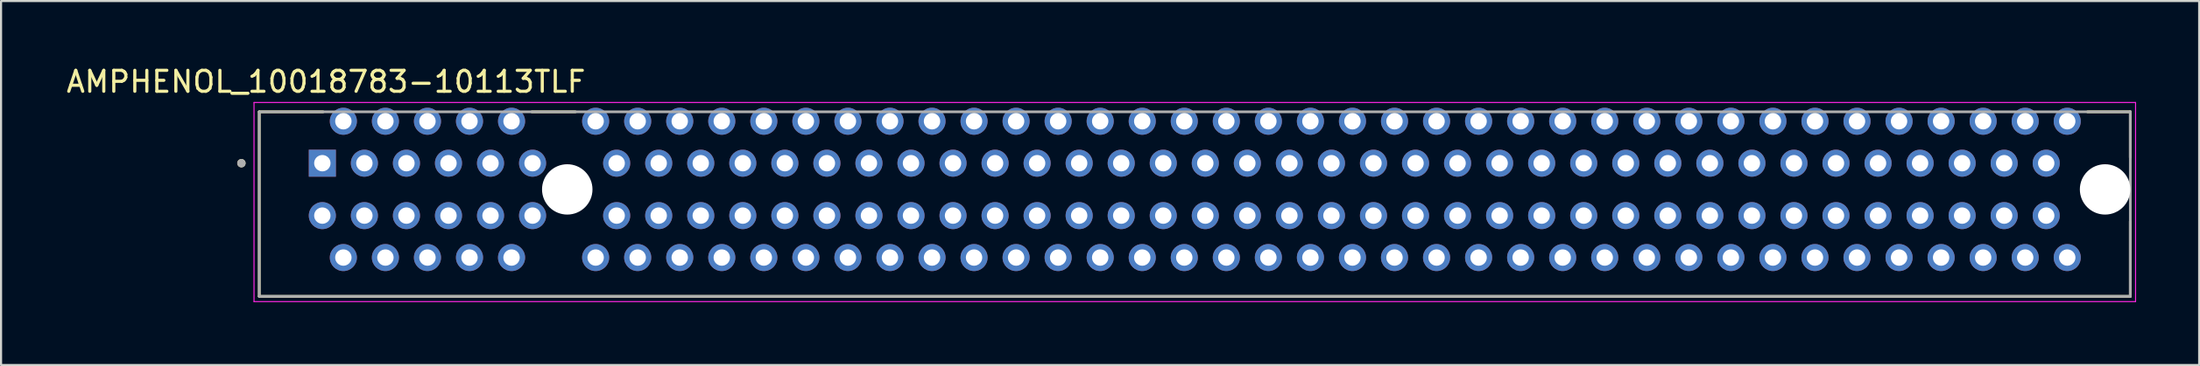
<source format=kicad_pcb>
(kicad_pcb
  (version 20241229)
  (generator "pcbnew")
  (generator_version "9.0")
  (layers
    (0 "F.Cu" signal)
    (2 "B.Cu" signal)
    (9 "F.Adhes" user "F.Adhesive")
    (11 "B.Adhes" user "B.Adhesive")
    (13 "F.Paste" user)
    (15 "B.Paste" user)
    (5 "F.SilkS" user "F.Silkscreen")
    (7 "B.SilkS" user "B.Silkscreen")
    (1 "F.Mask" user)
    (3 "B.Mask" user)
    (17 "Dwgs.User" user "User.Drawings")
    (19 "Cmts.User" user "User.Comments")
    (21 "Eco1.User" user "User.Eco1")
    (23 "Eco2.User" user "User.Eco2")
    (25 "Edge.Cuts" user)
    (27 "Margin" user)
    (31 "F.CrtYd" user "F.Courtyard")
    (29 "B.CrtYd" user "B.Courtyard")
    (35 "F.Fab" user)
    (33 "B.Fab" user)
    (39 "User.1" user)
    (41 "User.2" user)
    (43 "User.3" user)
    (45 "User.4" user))
  (footprint "AMPHENOL_10018783-10113TLF"
    (layer "F.Cu")
    (at 23.933 5.983)
    (property "Reference" "AMPHENOL_10018783-10113TLF" (at -11.475 -5.135 0) (layer "F.SilkS") (effects (font (size 1 1) (thickness 0.15))))
    (attr through_hole)
    (fp_line (start -14.65 -3.7) (end -11.614 -3.7) (stroke (width 0.127) (type solid)) (layer "F.SilkS"))
    (fp_line (start -14.65 5.1) (end -14.65 -3.7) (stroke (width 0.127) (type solid)) (layer "F.SilkS"))
    (fp_line (start -1.686 -3.7) (end 0.386 -3.7) (stroke (width 0.127) (type solid)) (layer "F.SilkS"))
    (fp_line (start 72.314 -3.7) (end 74.35 -3.7) (stroke (width 0.127) (type solid)) (layer "F.SilkS"))
    (fp_line (start 74.35 -3.7) (end 74.35 -1.52) (stroke (width 0.127) (type solid)) (layer "F.SilkS"))
    (fp_line (start 74.35 5.1) (end -14.65 5.1) (stroke (width 0.127) (type solid)) (layer "F.SilkS"))
    (fp_line (start 74.35 5.1) (end 74.35 1.52) (stroke (width 0.127) (type solid)) (layer "F.SilkS"))
    (fp_circle (center -15.5 -1.25) (end -15.4 -1.25) (stroke (width 0.2) (type solid)) (fill no) (layer "F.SilkS"))
    (fp_line (start -14.9 -4.144) (end -14.9 5.35) (stroke (width 0.05) (type solid)) (layer "F.CrtYd"))
    (fp_line (start -14.9 5.35) (end 74.6 5.35) (stroke (width 0.05) (type solid)) (layer "F.CrtYd"))
    (fp_line (start 74.6 -4.144) (end -14.9 -4.144) (stroke (width 0.05) (type solid)) (layer "F.CrtYd"))
    (fp_line (start 74.6 5.35) (end 74.6 -4.144) (stroke (width 0.05) (type solid)) (layer "F.CrtYd"))
    (fp_line (start -14.65 -3.7) (end 74.35 -3.7) (stroke (width 0.127) (type solid)) (layer "F.Fab"))
    (fp_line (start -14.65 5.1) (end -14.65 -3.7) (stroke (width 0.127) (type solid)) (layer "F.Fab"))
    (fp_line (start 74.35 -3.7) (end 74.35 5.1) (stroke (width 0.127) (type solid)) (layer "F.Fab"))
    (fp_line (start 74.35 5.1) (end -14.65 5.1) (stroke (width 0.127) (type solid)) (layer "F.Fab"))
    (fp_circle (center -15.5 -1.25) (end -15.4 -1.25) (stroke (width 0.2) (type solid)) (fill no) (layer "F.Fab"))
    (pad "" np_thru_hole circle (at 0 0) (size 2.4 2.4) (drill 2.4) (layers "*.Cu" "*.Mask"))
    (pad "" np_thru_hole circle (at 73.15 0) (size 2.4 2.4) (drill 2.4) (layers "*.Cu" "*.Mask"))
    (pad "A1" thru_hole rect (at -11.65 -1.25) (size 1.288 1.288) (drill 0.78) (layers "*.Cu" "*.Mask"))
    (pad "A2" thru_hole circle (at -10.65 -3.25) (size 1.288 1.288) (drill 0.78) (layers "*.Cu" "*.Mask"))
    (pad "A3" thru_hole circle (at -9.65 -1.25) (size 1.288 1.288) (drill 0.78) (layers "*.Cu" "*.Mask"))
    (pad "A4" thru_hole circle (at -8.65 -3.25) (size 1.288 1.288) (drill 0.78) (layers "*.Cu" "*.Mask"))
    (pad "A5" thru_hole circle (at -7.65 -1.25) (size 1.288 1.288) (drill 0.78) (layers "*.Cu" "*.Mask"))
    (pad "A6" thru_hole circle (at -6.65 -3.25) (size 1.288 1.288) (drill 0.78) (layers "*.Cu" "*.Mask"))
    (pad "A7" thru_hole circle (at -5.65 -1.25) (size 1.288 1.288) (drill 0.78) (layers "*.Cu" "*.Mask"))
    (pad "A8" thru_hole circle (at -4.65 -3.25) (size 1.288 1.288) (drill 0.78) (layers "*.Cu" "*.Mask"))
    (pad "A9" thru_hole circle (at -3.65 -1.25) (size 1.288 1.288) (drill 0.78) (layers "*.Cu" "*.Mask"))
    (pad "A10" thru_hole circle (at -2.65 -3.25) (size 1.288 1.288) (drill 0.78) (layers "*.Cu" "*.Mask"))
    (pad "A11" thru_hole circle (at -1.65 -1.25) (size 1.288 1.288) (drill 0.78) (layers "*.Cu" "*.Mask"))
    (pad "A12" thru_hole circle (at 1.35 -3.25) (size 1.288 1.288) (drill 0.78) (layers "*.Cu" "*.Mask"))
    (pad "A13" thru_hole circle (at 2.35 -1.25) (size 1.288 1.288) (drill 0.78) (layers "*.Cu" "*.Mask"))
    (pad "A14" thru_hole circle (at 3.35 -3.25) (size 1.288 1.288) (drill 0.78) (layers "*.Cu" "*.Mask"))
    (pad "A15" thru_hole circle (at 4.35 -1.25) (size 1.288 1.288) (drill 0.78) (layers "*.Cu" "*.Mask"))
    (pad "A16" thru_hole circle (at 5.35 -3.25) (size 1.288 1.288) (drill 0.78) (layers "*.Cu" "*.Mask"))
    (pad "A17" thru_hole circle (at 6.35 -1.25) (size 1.288 1.288) (drill 0.78) (layers "*.Cu" "*.Mask"))
    (pad "A18" thru_hole circle (at 7.35 -3.25) (size 1.288 1.288) (drill 0.78) (layers "*.Cu" "*.Mask"))
    (pad "A19" thru_hole circle (at 8.35 -1.25) (size 1.288 1.288) (drill 0.78) (layers "*.Cu" "*.Mask"))
    (pad "A20" thru_hole circle (at 9.35 -3.25) (size 1.288 1.288) (drill 0.78) (layers "*.Cu" "*.Mask"))
    (pad "A21" thru_hole circle (at 10.35 -1.25) (size 1.288 1.288) (drill 0.78) (layers "*.Cu" "*.Mask"))
    (pad "A22" thru_hole circle (at 11.35 -3.25) (size 1.288 1.288) (drill 0.78) (layers "*.Cu" "*.Mask"))
    (pad "A23" thru_hole circle (at 12.35 -1.25) (size 1.288 1.288) (drill 0.78) (layers "*.Cu" "*.Mask"))
    (pad "A24" thru_hole circle (at 13.35 -3.25) (size 1.288 1.288) (drill 0.78) (layers "*.Cu" "*.Mask"))
    (pad "A25" thru_hole circle (at 14.35 -1.25) (size 1.288 1.288) (drill 0.78) (layers "*.Cu" "*.Mask"))
    (pad "A26" thru_hole circle (at 15.35 -3.25) (size 1.288 1.288) (drill 0.78) (layers "*.Cu" "*.Mask"))
    (pad "A27" thru_hole circle (at 16.35 -1.25) (size 1.288 1.288) (drill 0.78) (layers "*.Cu" "*.Mask"))
    (pad "A28" thru_hole circle (at 17.35 -3.25) (size 1.288 1.288) (drill 0.78) (layers "*.Cu" "*.Mask"))
    (pad "A29" thru_hole circle (at 18.35 -1.25) (size 1.288 1.288) (drill 0.78) (layers "*.Cu" "*.Mask"))
    (pad "A30" thru_hole circle (at 19.35 -3.25) (size 1.288 1.288) (drill 0.78) (layers "*.Cu" "*.Mask"))
    (pad "A31" thru_hole circle (at 20.35 -1.25) (size 1.288 1.288) (drill 0.78) (layers "*.Cu" "*.Mask"))
    (pad "A32" thru_hole circle (at 21.35 -3.25) (size 1.288 1.288) (drill 0.78) (layers "*.Cu" "*.Mask"))
    (pad "A33" thru_hole circle (at 22.35 -1.25) (size 1.288 1.288) (drill 0.78) (layers "*.Cu" "*.Mask"))
    (pad "A34" thru_hole circle (at 23.35 -3.25) (size 1.288 1.288) (drill 0.78) (layers "*.Cu" "*.Mask"))
    (pad "A35" thru_hole circle (at 24.35 -1.25) (size 1.288 1.288) (drill 0.78) (layers "*.Cu" "*.Mask"))
    (pad "A36" thru_hole circle (at 25.35 -3.25) (size 1.288 1.288) (drill 0.78) (layers "*.Cu" "*.Mask"))
    (pad "A37" thru_hole circle (at 26.35 -1.25) (size 1.288 1.288) (drill 0.78) (layers "*.Cu" "*.Mask"))
    (pad "A38" thru_hole circle (at 27.35 -3.25) (size 1.288 1.288) (drill 0.78) (layers "*.Cu" "*.Mask"))
    (pad "A39" thru_hole circle (at 28.35 -1.25) (size 1.288 1.288) (drill 0.78) (layers "*.Cu" "*.Mask"))
    (pad "A40" thru_hole circle (at 29.35 -3.25) (size 1.288 1.288) (drill 0.78) (layers "*.Cu" "*.Mask"))
    (pad "A41" thru_hole circle (at 30.35 -1.25) (size 1.288 1.288) (drill 0.78) (layers "*.Cu" "*.Mask"))
    (pad "A42" thru_hole circle (at 31.35 -3.25) (size 1.288 1.288) (drill 0.78) (layers "*.Cu" "*.Mask"))
    (pad "A43" thru_hole circle (at 32.35 -1.25) (size 1.288 1.288) (drill 0.78) (layers "*.Cu" "*.Mask"))
    (pad "A44" thru_hole circle (at 33.35 -3.25) (size 1.288 1.288) (drill 0.78) (layers "*.Cu" "*.Mask"))
    (pad "A45" thru_hole circle (at 34.35 -1.25) (size 1.288 1.288) (drill 0.78) (layers "*.Cu" "*.Mask"))
    (pad "A46" thru_hole circle (at 35.35 -3.25) (size 1.288 1.288) (drill 0.78) (layers "*.Cu" "*.Mask"))
    (pad "A47" thru_hole circle (at 36.35 -1.25) (size 1.288 1.288) (drill 0.78) (layers "*.Cu" "*.Mask"))
    (pad "A48" thru_hole circle (at 37.35 -3.25) (size 1.288 1.288) (drill 0.78) (layers "*.Cu" "*.Mask"))
    (pad "A49" thru_hole circle (at 38.35 -1.25) (size 1.288 1.288) (drill 0.78) (layers "*.Cu" "*.Mask"))
    (pad "A50" thru_hole circle (at 39.35 -3.25) (size 1.288 1.288) (drill 0.78) (layers "*.Cu" "*.Mask"))
    (pad "A51" thru_hole circle (at 40.35 -1.25) (size 1.288 1.288) (drill 0.78) (layers "*.Cu" "*.Mask"))
    (pad "A52" thru_hole circle (at 41.35 -3.25) (size 1.288 1.288) (drill 0.78) (layers "*.Cu" "*.Mask"))
    (pad "A53" thru_hole circle (at 42.35 -1.25) (size 1.288 1.288) (drill 0.78) (layers "*.Cu" "*.Mask"))
    (pad "A54" thru_hole circle (at 43.35 -3.25) (size 1.288 1.288) (drill 0.78) (layers "*.Cu" "*.Mask"))
    (pad "A55" thru_hole circle (at 44.35 -1.25) (size 1.288 1.288) (drill 0.78) (layers "*.Cu" "*.Mask"))
    (pad "A56" thru_hole circle (at 45.35 -3.25) (size 1.288 1.288) (drill 0.78) (layers "*.Cu" "*.Mask"))
    (pad "A57" thru_hole circle (at 46.35 -1.25) (size 1.288 1.288) (drill 0.78) (layers "*.Cu" "*.Mask"))
    (pad "A58" thru_hole circle (at 47.35 -3.25) (size 1.288 1.288) (drill 0.78) (layers "*.Cu" "*.Mask"))
    (pad "A59" thru_hole circle (at 48.35 -1.25) (size 1.288 1.288) (drill 0.78) (layers "*.Cu" "*.Mask"))
    (pad "A60" thru_hole circle (at 49.35 -3.25) (size 1.288 1.288) (drill 0.78) (layers "*.Cu" "*.Mask"))
    (pad "A61" thru_hole circle (at 50.35 -1.25) (size 1.288 1.288) (drill 0.78) (layers "*.Cu" "*.Mask"))
    (pad "A62" thru_hole circle (at 51.35 -3.25) (size 1.288 1.288) (drill 0.78) (layers "*.Cu" "*.Mask"))
    (pad "A63" thru_hole circle (at 52.35 -1.25) (size 1.288 1.288) (drill 0.78) (layers "*.Cu" "*.Mask"))
    (pad "A64" thru_hole circle (at 53.35 -3.25) (size 1.288 1.288) (drill 0.78) (layers "*.Cu" "*.Mask"))
    (pad "A65" thru_hole circle (at 54.35 -1.25) (size 1.288 1.288) (drill 0.78) (layers "*.Cu" "*.Mask"))
    (pad "A66" thru_hole circle (at 55.35 -3.25) (size 1.288 1.288) (drill 0.78) (layers "*.Cu" "*.Mask"))
    (pad "A67" thru_hole circle (at 56.35 -1.25) (size 1.288 1.288) (drill 0.78) (layers "*.Cu" "*.Mask"))
    (pad "A68" thru_hole circle (at 57.35 -3.25) (size 1.288 1.288) (drill 0.78) (layers "*.Cu" "*.Mask"))
    (pad "A69" thru_hole circle (at 58.35 -1.25) (size 1.288 1.288) (drill 0.78) (layers "*.Cu" "*.Mask"))
    (pad "A70" thru_hole circle (at 59.35 -3.25) (size 1.288 1.288) (drill 0.78) (layers "*.Cu" "*.Mask"))
    (pad "A71" thru_hole circle (at 60.35 -1.25) (size 1.288 1.288) (drill 0.78) (layers "*.Cu" "*.Mask"))
    (pad "A72" thru_hole circle (at 61.35 -3.25) (size 1.288 1.288) (drill 0.78) (layers "*.Cu" "*.Mask"))
    (pad "A73" thru_hole circle (at 62.35 -1.25) (size 1.288 1.288) (drill 0.78) (layers "*.Cu" "*.Mask"))
    (pad "A74" thru_hole circle (at 63.35 -3.25) (size 1.288 1.288) (drill 0.78) (layers "*.Cu" "*.Mask"))
    (pad "A75" thru_hole circle (at 64.35 -1.25) (size 1.288 1.288) (drill 0.78) (layers "*.Cu" "*.Mask"))
    (pad "A76" thru_hole circle (at 65.35 -3.25) (size 1.288 1.288) (drill 0.78) (layers "*.Cu" "*.Mask"))
    (pad "A77" thru_hole circle (at 66.35 -1.25) (size 1.288 1.288) (drill 0.78) (layers "*.Cu" "*.Mask"))
    (pad "A78" thru_hole circle (at 67.35 -3.25) (size 1.288 1.288) (drill 0.78) (layers "*.Cu" "*.Mask"))
    (pad "A79" thru_hole circle (at 68.35 -1.25) (size 1.288 1.288) (drill 0.78) (layers "*.Cu" "*.Mask"))
    (pad "A80" thru_hole circle (at 69.35 -3.25) (size 1.288 1.288) (drill 0.78) (layers "*.Cu" "*.Mask"))
    (pad "A81" thru_hole circle (at 70.35 -1.25) (size 1.288 1.288) (drill 0.78) (layers "*.Cu" "*.Mask"))
    (pad "A82" thru_hole circle (at 71.35 -3.25) (size 1.288 1.288) (drill 0.78) (layers "*.Cu" "*.Mask"))
    (pad "B1" thru_hole circle (at -11.65 1.25) (size 1.288 1.288) (drill 0.78) (layers "*.Cu" "*.Mask"))
    (pad "B2" thru_hole circle (at -10.65 3.25) (size 1.288 1.288) (drill 0.78) (layers "*.Cu" "*.Mask"))
    (pad "B3" thru_hole circle (at -9.65 1.25) (size 1.288 1.288) (drill 0.78) (layers "*.Cu" "*.Mask"))
    (pad "B4" thru_hole circle (at -8.65 3.25) (size 1.288 1.288) (drill 0.78) (layers "*.Cu" "*.Mask"))
    (pad "B5" thru_hole circle (at -7.65 1.25) (size 1.288 1.288) (drill 0.78) (layers "*.Cu" "*.Mask"))
    (pad "B6" thru_hole circle (at -6.65 3.25) (size 1.288 1.288) (drill 0.78) (layers "*.Cu" "*.Mask"))
    (pad "B7" thru_hole circle (at -5.65 1.25) (size 1.288 1.288) (drill 0.78) (layers "*.Cu" "*.Mask"))
    (pad "B8" thru_hole circle (at -4.65 3.25) (size 1.288 1.288) (drill 0.78) (layers "*.Cu" "*.Mask"))
    (pad "B9" thru_hole circle (at -3.65 1.25) (size 1.288 1.288) (drill 0.78) (layers "*.Cu" "*.Mask"))
    (pad "B10" thru_hole circle (at -2.65 3.25) (size 1.288 1.288) (drill 0.78) (layers "*.Cu" "*.Mask"))
    (pad "B11" thru_hole circle (at -1.65 1.25) (size 1.288 1.288) (drill 0.78) (layers "*.Cu" "*.Mask"))
    (pad "B12" thru_hole circle (at 1.35 3.25) (size 1.288 1.288) (drill 0.78) (layers "*.Cu" "*.Mask"))
    (pad "B13" thru_hole circle (at 2.35 1.25) (size 1.288 1.288) (drill 0.78) (layers "*.Cu" "*.Mask"))
    (pad "B14" thru_hole circle (at 3.35 3.25) (size 1.288 1.288) (drill 0.78) (layers "*.Cu" "*.Mask"))
    (pad "B15" thru_hole circle (at 4.35 1.25) (size 1.288 1.288) (drill 0.78) (layers "*.Cu" "*.Mask"))
    (pad "B16" thru_hole circle (at 5.35 3.25) (size 1.288 1.288) (drill 0.78) (layers "*.Cu" "*.Mask"))
    (pad "B17" thru_hole circle (at 6.35 1.25) (size 1.288 1.288) (drill 0.78) (layers "*.Cu" "*.Mask"))
    (pad "B18" thru_hole circle (at 7.35 3.25) (size 1.288 1.288) (drill 0.78) (layers "*.Cu" "*.Mask"))
    (pad "B19" thru_hole circle (at 8.35 1.25) (size 1.288 1.288) (drill 0.78) (layers "*.Cu" "*.Mask"))
    (pad "B20" thru_hole circle (at 9.35 3.25) (size 1.288 1.288) (drill 0.78) (layers "*.Cu" "*.Mask"))
    (pad "B21" thru_hole circle (at 10.35 1.25) (size 1.288 1.288) (drill 0.78) (layers "*.Cu" "*.Mask"))
    (pad "B22" thru_hole circle (at 11.35 3.25) (size 1.288 1.288) (drill 0.78) (layers "*.Cu" "*.Mask"))
    (pad "B23" thru_hole circle (at 12.35 1.25) (size 1.288 1.288) (drill 0.78) (layers "*.Cu" "*.Mask"))
    (pad "B24" thru_hole circle (at 13.35 3.25) (size 1.288 1.288) (drill 0.78) (layers "*.Cu" "*.Mask"))
    (pad "B25" thru_hole circle (at 14.35 1.25) (size 1.288 1.288) (drill 0.78) (layers "*.Cu" "*.Mask"))
    (pad "B26" thru_hole circle (at 15.35 3.25) (size 1.288 1.288) (drill 0.78) (layers "*.Cu" "*.Mask"))
    (pad "B27" thru_hole circle (at 16.35 1.25) (size 1.288 1.288) (drill 0.78) (layers "*.Cu" "*.Mask"))
    (pad "B28" thru_hole circle (at 17.35 3.25) (size 1.288 1.288) (drill 0.78) (layers "*.Cu" "*.Mask"))
    (pad "B29" thru_hole circle (at 18.35 1.25) (size 1.288 1.288) (drill 0.78) (layers "*.Cu" "*.Mask"))
    (pad "B30" thru_hole circle (at 19.35 3.25) (size 1.288 1.288) (drill 0.78) (layers "*.Cu" "*.Mask"))
    (pad "B31" thru_hole circle (at 20.35 1.25) (size 1.288 1.288) (drill 0.78) (layers "*.Cu" "*.Mask"))
    (pad "B32" thru_hole circle (at 21.35 3.25) (size 1.288 1.288) (drill 0.78) (layers "*.Cu" "*.Mask"))
    (pad "B33" thru_hole circle (at 22.35 1.25) (size 1.288 1.288) (drill 0.78) (layers "*.Cu" "*.Mask"))
    (pad "B34" thru_hole circle (at 23.35 3.25) (size 1.288 1.288) (drill 0.78) (layers "*.Cu" "*.Mask"))
    (pad "B35" thru_hole circle (at 24.35 1.25) (size 1.288 1.288) (drill 0.78) (layers "*.Cu" "*.Mask"))
    (pad "B36" thru_hole circle (at 25.35 3.25) (size 1.288 1.288) (drill 0.78) (layers "*.Cu" "*.Mask"))
    (pad "B37" thru_hole circle (at 26.35 1.25) (size 1.288 1.288) (drill 0.78) (layers "*.Cu" "*.Mask"))
    (pad "B38" thru_hole circle (at 27.35 3.25) (size 1.288 1.288) (drill 0.78) (layers "*.Cu" "*.Mask"))
    (pad "B39" thru_hole circle (at 28.35 1.25) (size 1.288 1.288) (drill 0.78) (layers "*.Cu" "*.Mask"))
    (pad "B40" thru_hole circle (at 29.35 3.25) (size 1.288 1.288) (drill 0.78) (layers "*.Cu" "*.Mask"))
    (pad "B41" thru_hole circle (at 30.35 1.25) (size 1.288 1.288) (drill 0.78) (layers "*.Cu" "*.Mask"))
    (pad "B42" thru_hole circle (at 31.35 3.25) (size 1.288 1.288) (drill 0.78) (layers "*.Cu" "*.Mask"))
    (pad "B43" thru_hole circle (at 32.35 1.25) (size 1.288 1.288) (drill 0.78) (layers "*.Cu" "*.Mask"))
    (pad "B44" thru_hole circle (at 33.35 3.25) (size 1.288 1.288) (drill 0.78) (layers "*.Cu" "*.Mask"))
    (pad "B45" thru_hole circle (at 34.35 1.25) (size 1.288 1.288) (drill 0.78) (layers "*.Cu" "*.Mask"))
    (pad "B46" thru_hole circle (at 35.35 3.25) (size 1.288 1.288) (drill 0.78) (layers "*.Cu" "*.Mask"))
    (pad "B47" thru_hole circle (at 36.35 1.25) (size 1.288 1.288) (drill 0.78) (layers "*.Cu" "*.Mask"))
    (pad "B48" thru_hole circle (at 37.35 3.25) (size 1.288 1.288) (drill 0.78) (layers "*.Cu" "*.Mask"))
    (pad "B49" thru_hole circle (at 38.35 1.25) (size 1.288 1.288) (drill 0.78) (layers "*.Cu" "*.Mask"))
    (pad "B50" thru_hole circle (at 39.35 3.25) (size 1.288 1.288) (drill 0.78) (layers "*.Cu" "*.Mask"))
    (pad "B51" thru_hole circle (at 40.35 1.25) (size 1.288 1.288) (drill 0.78) (layers "*.Cu" "*.Mask"))
    (pad "B52" thru_hole circle (at 41.35 3.25) (size 1.288 1.288) (drill 0.78) (layers "*.Cu" "*.Mask"))
    (pad "B53" thru_hole circle (at 42.35 1.25) (size 1.288 1.288) (drill 0.78) (layers "*.Cu" "*.Mask"))
    (pad "B54" thru_hole circle (at 43.35 3.25) (size 1.288 1.288) (drill 0.78) (layers "*.Cu" "*.Mask"))
    (pad "B55" thru_hole circle (at 44.35 1.25) (size 1.288 1.288) (drill 0.78) (layers "*.Cu" "*.Mask"))
    (pad "B56" thru_hole circle (at 45.35 3.25) (size 1.288 1.288) (drill 0.78) (layers "*.Cu" "*.Mask"))
    (pad "B57" thru_hole circle (at 46.35 1.25) (size 1.288 1.288) (drill 0.78) (layers "*.Cu" "*.Mask"))
    (pad "B58" thru_hole circle (at 47.35 3.25) (size 1.288 1.288) (drill 0.78) (layers "*.Cu" "*.Mask"))
    (pad "B59" thru_hole circle (at 48.35 1.25) (size 1.288 1.288) (drill 0.78) (layers "*.Cu" "*.Mask"))
    (pad "B60" thru_hole circle (at 49.35 3.25) (size 1.288 1.288) (drill 0.78) (layers "*.Cu" "*.Mask"))
    (pad "B61" thru_hole circle (at 50.35 1.25) (size 1.288 1.288) (drill 0.78) (layers "*.Cu" "*.Mask"))
    (pad "B62" thru_hole circle (at 51.35 3.25) (size 1.288 1.288) (drill 0.78) (layers "*.Cu" "*.Mask"))
    (pad "B63" thru_hole circle (at 52.35 1.25) (size 1.288 1.288) (drill 0.78) (layers "*.Cu" "*.Mask"))
    (pad "B64" thru_hole circle (at 53.35 3.25) (size 1.288 1.288) (drill 0.78) (layers "*.Cu" "*.Mask"))
    (pad "B65" thru_hole circle (at 54.35 1.25) (size 1.288 1.288) (drill 0.78) (layers "*.Cu" "*.Mask"))
    (pad "B66" thru_hole circle (at 55.35 3.25) (size 1.288 1.288) (drill 0.78) (layers "*.Cu" "*.Mask"))
    (pad "B67" thru_hole circle (at 56.35 1.25) (size 1.288 1.288) (drill 0.78) (layers "*.Cu" "*.Mask"))
    (pad "B68" thru_hole circle (at 57.35 3.25) (size 1.288 1.288) (drill 0.78) (layers "*.Cu" "*.Mask"))
    (pad "B69" thru_hole circle (at 58.35 1.25) (size 1.288 1.288) (drill 0.78) (layers "*.Cu" "*.Mask"))
    (pad "B70" thru_hole circle (at 59.35 3.25) (size 1.288 1.288) (drill 0.78) (layers "*.Cu" "*.Mask"))
    (pad "B71" thru_hole circle (at 60.35 1.25) (size 1.288 1.288) (drill 0.78) (layers "*.Cu" "*.Mask"))
    (pad "B72" thru_hole circle (at 61.35 3.25) (size 1.288 1.288) (drill 0.78) (layers "*.Cu" "*.Mask"))
    (pad "B73" thru_hole circle (at 62.35 1.25) (size 1.288 1.288) (drill 0.78) (layers "*.Cu" "*.Mask"))
    (pad "B74" thru_hole circle (at 63.35 3.25) (size 1.288 1.288) (drill 0.78) (layers "*.Cu" "*.Mask"))
    (pad "B75" thru_hole circle (at 64.35 1.25) (size 1.288 1.288) (drill 0.78) (layers "*.Cu" "*.Mask"))
    (pad "B76" thru_hole circle (at 65.35 3.25) (size 1.288 1.288) (drill 0.78) (layers "*.Cu" "*.Mask"))
    (pad "B77" thru_hole circle (at 66.35 1.25) (size 1.288 1.288) (drill 0.78) (layers "*.Cu" "*.Mask"))
    (pad "B78" thru_hole circle (at 67.35 3.25) (size 1.288 1.288) (drill 0.78) (layers "*.Cu" "*.Mask"))
    (pad "B79" thru_hole circle (at 68.35 1.25) (size 1.288 1.288) (drill 0.78) (layers "*.Cu" "*.Mask"))
    (pad "B80" thru_hole circle (at 69.35 3.25) (size 1.288 1.288) (drill 0.78) (layers "*.Cu" "*.Mask"))
    (pad "B81" thru_hole circle (at 70.35 1.25) (size 1.288 1.288) (drill 0.78) (layers "*.Cu" "*.Mask"))
    (pad "B82" thru_hole circle (at 71.35 3.25) (size 1.288 1.288) (drill 0.78) (layers "*.Cu" "*.Mask")))
  (gr_rect
    (start -3 -3)
    (end 101.558 14.358)
    (stroke (width 0.1) (type default))
    (fill no)
    (layer "Edge.Cuts")))
</source>
